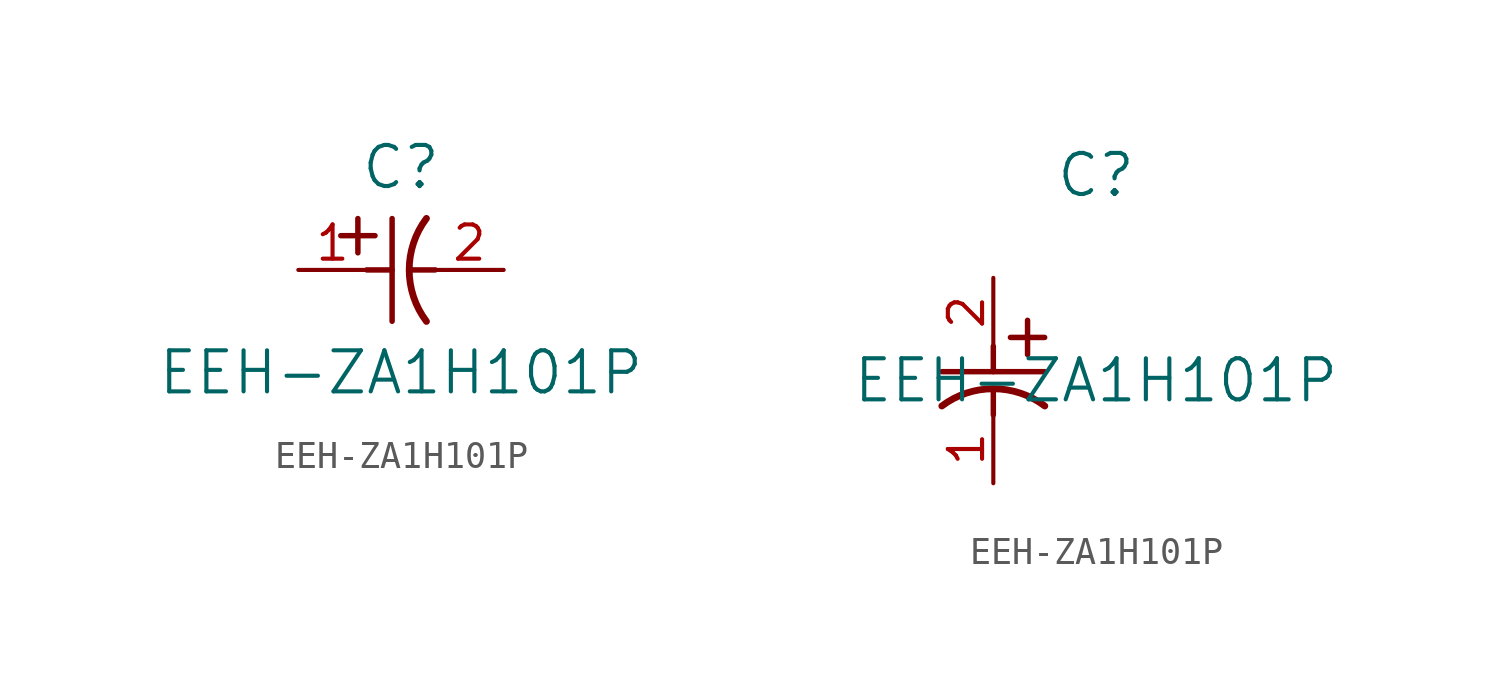
<source format=kicad_sym>
(kicad_symbol_lib
  (version 20211014)
  (generator kicad_symbol_editor)
  (symbol "EEH-ZA1H101P"
    (pin_names
      (offset 0.254))
    (property "Reference" "C"
      (at 3.81 3.81 0)
      (effects (font (size 1.524 1.524))))
    (property "Value" "EEH-ZA1H101P"
      (at 3.81 -3.81 0)
      (effects (font (size 1.524 1.524))))
    (symbol "EEH-ZA1H101P_1_1"
      (polyline (pts (xy 2.21 0.635) (xy 2.21 1.905)) (stroke (width 0.203) (type default) (color 0 0 0 0)) (fill (type none)))
      (arc (start 4.754132 1.910763) (mid 4.1148 0) (end 4.754132 -1.910763) (stroke (width 0.254) (type default) (color 0 0 0 0)) (fill (type none)))
      (polyline (pts (xy 4.115 0) (xy 5.08 0)) (stroke (width 0.203) (type default) (color 0 0 0 0)) (fill (type none)))
      (polyline (pts (xy 3.48 -1.905) (xy 3.48 1.905)) (stroke (width 0.203) (type default) (color 0 0 0 0)) (fill (type none)))
      (polyline (pts (xy 1.575 1.27) (xy 2.845 1.27)) (stroke (width 0.203) (type default) (color 0 0 0 0)) (fill (type none)))
      (polyline (pts (xy 2.54 0) (xy 3.48 0)) (stroke (width 0.203) (type default) (color 0 0 0 0)) (fill (type none)))
      (pin unspecified line (at 0 0 0) (length 2.54) (name "" (effects (font (size 1.27 1.27)))) (number "1" (effects (font (size 1.27 1.27)))))
      (pin unspecified line (at 7.62 0 180) (length 2.54) (name "" (effects (font (size 1.27 1.27)))) (number "2" (effects (font (size 1.27 1.27))))))
    (symbol "EEH-ZA1H101P_1_2"
      (polyline (pts (xy 0 -2.54) (xy 0 -3.48)) (stroke (width 0.203) (type default) (color 0 0 0 0)) (fill (type none)))
      (arc (start 1.910763 -4.754132) (mid 0 -4.1148) (end -1.910763 -4.754132) (stroke (width 0.254) (type default) (color 0 0 0 0)) (fill (type none)))
      (polyline (pts (xy -1.905 -3.48) (xy 1.905 -3.48)) (stroke (width 0.203) (type default) (color 0 0 0 0)) (fill (type none)))
      (polyline (pts (xy 0.635 -2.21) (xy 1.905 -2.21)) (stroke (width 0.203) (type default) (color 0 0 0 0)) (fill (type none)))
      (polyline (pts (xy 1.27 -1.575) (xy 1.27 -2.845)) (stroke (width 0.203) (type default) (color 0 0 0 0)) (fill (type none)))
      (polyline (pts (xy 0 -4.115) (xy 0 -5.08)) (stroke (width 0.203) (type default) (color 0 0 0 0)) (fill (type none)))
      (pin unspecified line (at 0 -7.62 90) (length 2.54) (name "" (effects (font (size 1.27 1.27)))) (number "1" (effects (font (size 1.27 1.27)))))
      (pin unspecified line (at 0 0 270) (length 2.54) (name "" (effects (font (size 1.27 1.27)))) (number "2" (effects (font (size 1.27 1.27))))))))
</source>
